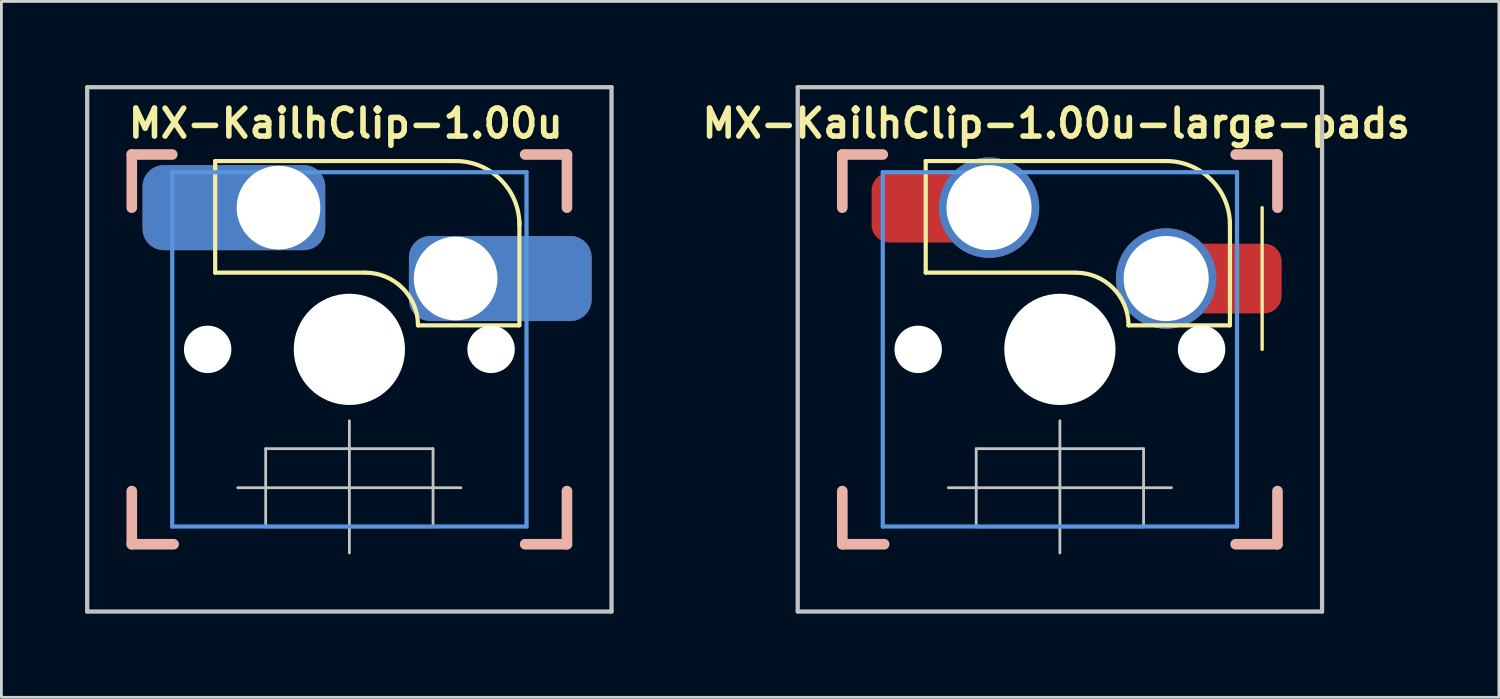
<source format=kicad_pcb>
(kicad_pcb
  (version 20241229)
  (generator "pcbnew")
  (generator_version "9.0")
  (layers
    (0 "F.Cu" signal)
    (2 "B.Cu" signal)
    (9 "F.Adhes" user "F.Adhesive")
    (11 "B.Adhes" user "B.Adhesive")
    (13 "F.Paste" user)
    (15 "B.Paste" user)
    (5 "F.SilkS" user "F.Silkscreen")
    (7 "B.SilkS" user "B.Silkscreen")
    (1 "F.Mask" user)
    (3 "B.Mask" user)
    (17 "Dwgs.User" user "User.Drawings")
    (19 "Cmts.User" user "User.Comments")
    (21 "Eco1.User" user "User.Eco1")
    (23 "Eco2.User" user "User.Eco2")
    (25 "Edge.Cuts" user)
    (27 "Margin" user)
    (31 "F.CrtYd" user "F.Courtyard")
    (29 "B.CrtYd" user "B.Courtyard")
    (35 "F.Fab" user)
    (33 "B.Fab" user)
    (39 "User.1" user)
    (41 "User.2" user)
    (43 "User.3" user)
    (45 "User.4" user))
  (footprint "MX-KailhClip-1.00u-large-pads"
    (layer "F.Cu")
    (at 34.945 9.474)
    (property "Reference" "MX-KailhClip-1.00u-large-pads" (at -0.13 -8.1 0) (layer "F.SilkS") (effects (font (size 1 1) (thickness 0.2))))
    (attr through_hole)
    (fp_line (start -4.81 -6.75) (end -4.81 -2.75) (stroke (width 0.15) (type solid)) (layer "F.SilkS"))
    (fp_line (start -4.81 -6.75) (end 3.81 -6.75) (stroke (width 0.15) (type solid)) (layer "F.SilkS"))
    (fp_line (start -4.81 -2.75) (end 0.55 -2.75) (stroke (width 0.15) (type solid)) (layer "F.SilkS"))
    (fp_line (start 6.088 -0.86) (end 2.46 -0.86) (stroke (width 0.15) (type solid)) (layer "F.SilkS"))
    (fp_line (start 6.096 -4.572) (end 6.096 -0.86) (stroke (width 0.15) (type solid)) (layer "F.SilkS"))
    (fp_line (start 7.25 -5.08) (end 7.25 0) (stroke (width 0.12) (type solid)) (layer "F.SilkS"))
    (fp_arc (start 0.57 -2.75) (mid 1.906432 -2.196432) (end 2.46 -0.86) (stroke (width 0.15) (type solid)) (layer "F.SilkS"))
    (fp_arc (start 3.81 -6.751) (mid 5.426446 -6.081446) (end 6.096 -4.465) (stroke (width 0.15) (type solid)) (layer "F.SilkS"))
    (fp_line (start -7.8 -6.985) (end -6.35 -6.985) (stroke (width 0.381) (type solid)) (layer "B.SilkS"))
    (fp_line (start -7.8 -5.08) (end -7.8 -6.985) (stroke (width 0.381) (type solid)) (layer "B.SilkS"))
    (fp_line (start -7.8 6.985) (end -7.8 5.08) (stroke (width 0.381) (type solid)) (layer "B.SilkS"))
    (fp_line (start -6.3 6.985) (end -7.8 6.985) (stroke (width 0.381) (type solid)) (layer "B.SilkS"))
    (fp_line (start 6.3 -6.985) (end 7.8 -6.985) (stroke (width 0.381) (type solid)) (layer "B.SilkS"))
    (fp_line (start 7.8 -6.985) (end 7.8 -5.08) (stroke (width 0.381) (type solid)) (layer "B.SilkS"))
    (fp_line (start 7.8 5.08) (end 7.8 6.985) (stroke (width 0.381) (type solid)) (layer "B.SilkS"))
    (fp_line (start 7.8 6.985) (end 6.3 6.985) (stroke (width 0.381) (type solid)) (layer "B.SilkS"))
    (fp_line (start -9.398 -9.398) (end 9.398 -9.398) (stroke (width 0.152) (type solid)) (layer "Dwgs.User"))
    (fp_line (start -9.398 9.398) (end -9.398 -9.398) (stroke (width 0.152) (type solid)) (layer "Dwgs.User"))
    (fp_line (start -4 4.96) (end 4 4.96) (stroke (width 0.1) (type solid)) (layer "Dwgs.User"))
    (fp_line (start -3 3.56) (end -3 6.36) (stroke (width 0.1) (type solid)) (layer "Dwgs.User"))
    (fp_line (start -3 3.56) (end 3 3.56) (stroke (width 0.1) (type solid)) (layer "Dwgs.User"))
    (fp_line (start 0 2.56) (end 0 7.3) (stroke (width 0.1) (type solid)) (layer "Dwgs.User"))
    (fp_line (start 3 3.56) (end 3 6.36) (stroke (width 0.1) (type solid)) (layer "Dwgs.User"))
    (fp_line (start 3 6.36) (end -3 6.36) (stroke (width 0.1) (type solid)) (layer "Dwgs.User"))
    (fp_line (start 9.398 -9.398) (end 9.398 9.398) (stroke (width 0.152) (type solid)) (layer "Dwgs.User"))
    (fp_line (start 9.398 9.398) (end -9.398 9.398) (stroke (width 0.152) (type solid)) (layer "Dwgs.User"))
    (fp_line (start -6.35 -6.35) (end 6.35 -6.35) (stroke (width 0.152) (type solid)) (layer "Cmts.User"))
    (fp_line (start -6.35 6.35) (end -6.35 -6.35) (stroke (width 0.152) (type solid)) (layer "Cmts.User"))
    (fp_line (start 6.35 -6.35) (end 6.35 6.35) (stroke (width 0.152) (type solid)) (layer "Cmts.User"))
    (fp_line (start 6.35 6.35) (end -6.35 6.35) (stroke (width 0.152) (type solid)) (layer "Cmts.User"))
    (fp_line (start -7.8 -6.985) (end 7.8 -6.985) (stroke (width 0.152) (type solid)) (layer "Eco1.User"))
    (fp_line (start -7.8 6.985) (end -7.8 -6.985) (stroke (width 0.152) (type solid)) (layer "Eco1.User"))
    (fp_line (start 7.8 -6.985) (end 7.8 6.985) (stroke (width 0.152) (type solid)) (layer "Eco1.User"))
    (fp_line (start 7.8 6.985) (end -7.8 6.985) (stroke (width 0.152) (type solid)) (layer "Eco1.User"))
    (fp_line (start -7 -7) (end 7 -7) (stroke (width 0.01) (type solid)) (layer "Eco2.User"))
    (fp_line (start -7 7) (end -7 -7) (stroke (width 0.01) (type solid)) (layer "Eco2.User"))
    (fp_line (start 7 -7) (end 7 7) (stroke (width 0.01) (type solid)) (layer "Eco2.User"))
    (fp_line (start 7 7) (end -7 7) (stroke (width 0.01) (type solid)) (layer "Eco2.User"))
    (pad "" np_thru_hole circle (at -5.08 0) (size 1.7 1.7) (drill 1.7) (layers "*.Cu" "*.Mask"))
    (pad "" np_thru_hole circle (at 0 0) (size 3.988 3.988) (drill 3.988) (layers "*.Cu" "*.Mask"))
    (pad "" np_thru_hole circle (at 5.08 0) (size 1.7 1.7) (drill 1.7) (layers "*.Cu" "*.Mask"))
    (pad "1" smd roundrect (at -5 -5.08) (size 3.5 2.5) (layers "F.Cu" "F.Mask" "F.Paste") (roundrect_rratio 0.25))
    (pad "1" thru_hole circle (at -2.54 -5.08) (size 3.6 3.6) (drill 3.05) (layers "*.Cu" "*.Mask"))
    (pad "2" thru_hole circle (at 3.81 -2.54) (size 3.6 3.6) (drill 3.05) (layers "*.Cu" "*.Mask"))
    (pad "2" smd roundrect (at 6.2 -2.54) (size 3.5 2.5) (layers "F.Cu" "F.Mask" "F.Paste") (roundrect_rratio 0.25)))
  (footprint "MX-KailhClip-1.00u"
    (layer "F.Cu")
    (at 9.474 9.474)
    (property "Reference" "MX-KailhClip-1.00u" (at -0.13 -8.1 0) (layer "F.SilkS") (effects (font (size 1 1) (thickness 0.2))))
    (attr through_hole)
    (fp_line (start -4.81 -6.75) (end -4.81 -2.75) (stroke (width 0.15) (type solid)) (layer "F.SilkS"))
    (fp_line (start -4.81 -6.75) (end 3.81 -6.75) (stroke (width 0.15) (type solid)) (layer "F.SilkS"))
    (fp_line (start -4.81 -2.75) (end 0.55 -2.75) (stroke (width 0.15) (type solid)) (layer "F.SilkS"))
    (fp_line (start 6.088 -0.86) (end 2.46 -0.86) (stroke (width 0.15) (type solid)) (layer "F.SilkS"))
    (fp_line (start 6.096 -4.572) (end 6.096 -0.86) (stroke (width 0.15) (type solid)) (layer "F.SilkS"))
    (fp_arc (start 0.57 -2.75) (mid 1.906432 -2.196432) (end 2.46 -0.86) (stroke (width 0.15) (type solid)) (layer "F.SilkS"))
    (fp_arc (start 3.81 -6.751) (mid 5.426446 -6.081446) (end 6.096 -4.465) (stroke (width 0.15) (type solid)) (layer "F.SilkS"))
    (fp_line (start -7.8 -6.985) (end -6.35 -6.985) (stroke (width 0.381) (type solid)) (layer "B.SilkS"))
    (fp_line (start -7.8 -5.08) (end -7.8 -6.985) (stroke (width 0.381) (type solid)) (layer "B.SilkS"))
    (fp_line (start -7.8 6.985) (end -7.8 5.08) (stroke (width 0.381) (type solid)) (layer "B.SilkS"))
    (fp_line (start -6.3 6.985) (end -7.8 6.985) (stroke (width 0.381) (type solid)) (layer "B.SilkS"))
    (fp_line (start 6.3 -6.985) (end 7.8 -6.985) (stroke (width 0.381) (type solid)) (layer "B.SilkS"))
    (fp_line (start 7.8 -6.985) (end 7.8 -5.08) (stroke (width 0.381) (type solid)) (layer "B.SilkS"))
    (fp_line (start 7.8 5.08) (end 7.8 6.985) (stroke (width 0.381) (type solid)) (layer "B.SilkS"))
    (fp_line (start 7.8 6.985) (end 6.3 6.985) (stroke (width 0.381) (type solid)) (layer "B.SilkS"))
    (fp_line (start -9.398 -9.398) (end 9.398 -9.398) (stroke (width 0.152) (type solid)) (layer "Dwgs.User"))
    (fp_line (start -9.398 9.398) (end -9.398 -9.398) (stroke (width 0.152) (type solid)) (layer "Dwgs.User"))
    (fp_line (start -4 4.96) (end 4 4.96) (stroke (width 0.1) (type solid)) (layer "Dwgs.User"))
    (fp_line (start -3 3.56) (end -3 6.36) (stroke (width 0.1) (type solid)) (layer "Dwgs.User"))
    (fp_line (start -3 3.56) (end 3 3.56) (stroke (width 0.1) (type solid)) (layer "Dwgs.User"))
    (fp_line (start 0 2.56) (end 0 7.3) (stroke (width 0.1) (type solid)) (layer "Dwgs.User"))
    (fp_line (start 3 3.56) (end 3 6.36) (stroke (width 0.1) (type solid)) (layer "Dwgs.User"))
    (fp_line (start 3 6.36) (end -3 6.36) (stroke (width 0.1) (type solid)) (layer "Dwgs.User"))
    (fp_line (start 9.398 -9.398) (end 9.398 9.398) (stroke (width 0.152) (type solid)) (layer "Dwgs.User"))
    (fp_line (start 9.398 9.398) (end -9.398 9.398) (stroke (width 0.152) (type solid)) (layer "Dwgs.User"))
    (fp_line (start -6.35 -6.35) (end 6.35 -6.35) (stroke (width 0.152) (type solid)) (layer "Cmts.User"))
    (fp_line (start -6.35 6.35) (end -6.35 -6.35) (stroke (width 0.152) (type solid)) (layer "Cmts.User"))
    (fp_line (start 6.35 -6.35) (end 6.35 6.35) (stroke (width 0.152) (type solid)) (layer "Cmts.User"))
    (fp_line (start 6.35 6.35) (end -6.35 6.35) (stroke (width 0.152) (type solid)) (layer "Cmts.User"))
    (fp_line (start -7.8 -6.985) (end 7.8 -6.985) (stroke (width 0.152) (type solid)) (layer "Eco1.User"))
    (fp_line (start -7.8 6.985) (end -7.8 -6.985) (stroke (width 0.152) (type solid)) (layer "Eco1.User"))
    (fp_line (start 7.8 -6.985) (end 7.8 6.985) (stroke (width 0.152) (type solid)) (layer "Eco1.User"))
    (fp_line (start 7.8 6.985) (end -7.8 6.985) (stroke (width 0.152) (type solid)) (layer "Eco1.User"))
    (fp_line (start -7 -7) (end 7 -7) (stroke (width 0.01) (type solid)) (layer "Eco2.User"))
    (fp_line (start -7 7) (end -7 -7) (stroke (width 0.01) (type solid)) (layer "Eco2.User"))
    (fp_line (start 7 -7) (end 7 7) (stroke (width 0.01) (type solid)) (layer "Eco2.User"))
    (fp_line (start 7 7) (end -7 7) (stroke (width 0.01) (type solid)) (layer "Eco2.User"))
    (pad "" np_thru_hole circle (at -5.08 0) (size 1.7 1.7) (drill 1.7) (layers "*.Cu" "*.Mask"))
    (pad "" np_thru_hole circle (at 0 0) (size 3.988 3.988) (drill 3.988) (layers "*.Cu" "*.Mask"))
    (pad "" np_thru_hole circle (at 5.08 0) (size 1.7 1.7) (drill 1.7) (layers "*.Cu" "*.Mask"))
    (pad "1" thru_hole roundrect (at -2.54 -5.08) (size 6.55 3.05) (drill 3 (offset -1.6 0)) (layers "F.Cu" "F.Mask") (roundrect_rratio 0.25))
    (pad "2" thru_hole roundrect (at 3.81 -2.54) (size 6.55 3.05) (drill 3 (offset 1.6 0)) (layers "F.Cu" "F.Mask") (roundrect_rratio 0.25)))
  (gr_rect
    (start -3 -3)
    (end 50.682 21.948)
    (stroke (width 0.1) (type default))
    (fill no)
    (layer "Edge.Cuts")))
</source>
